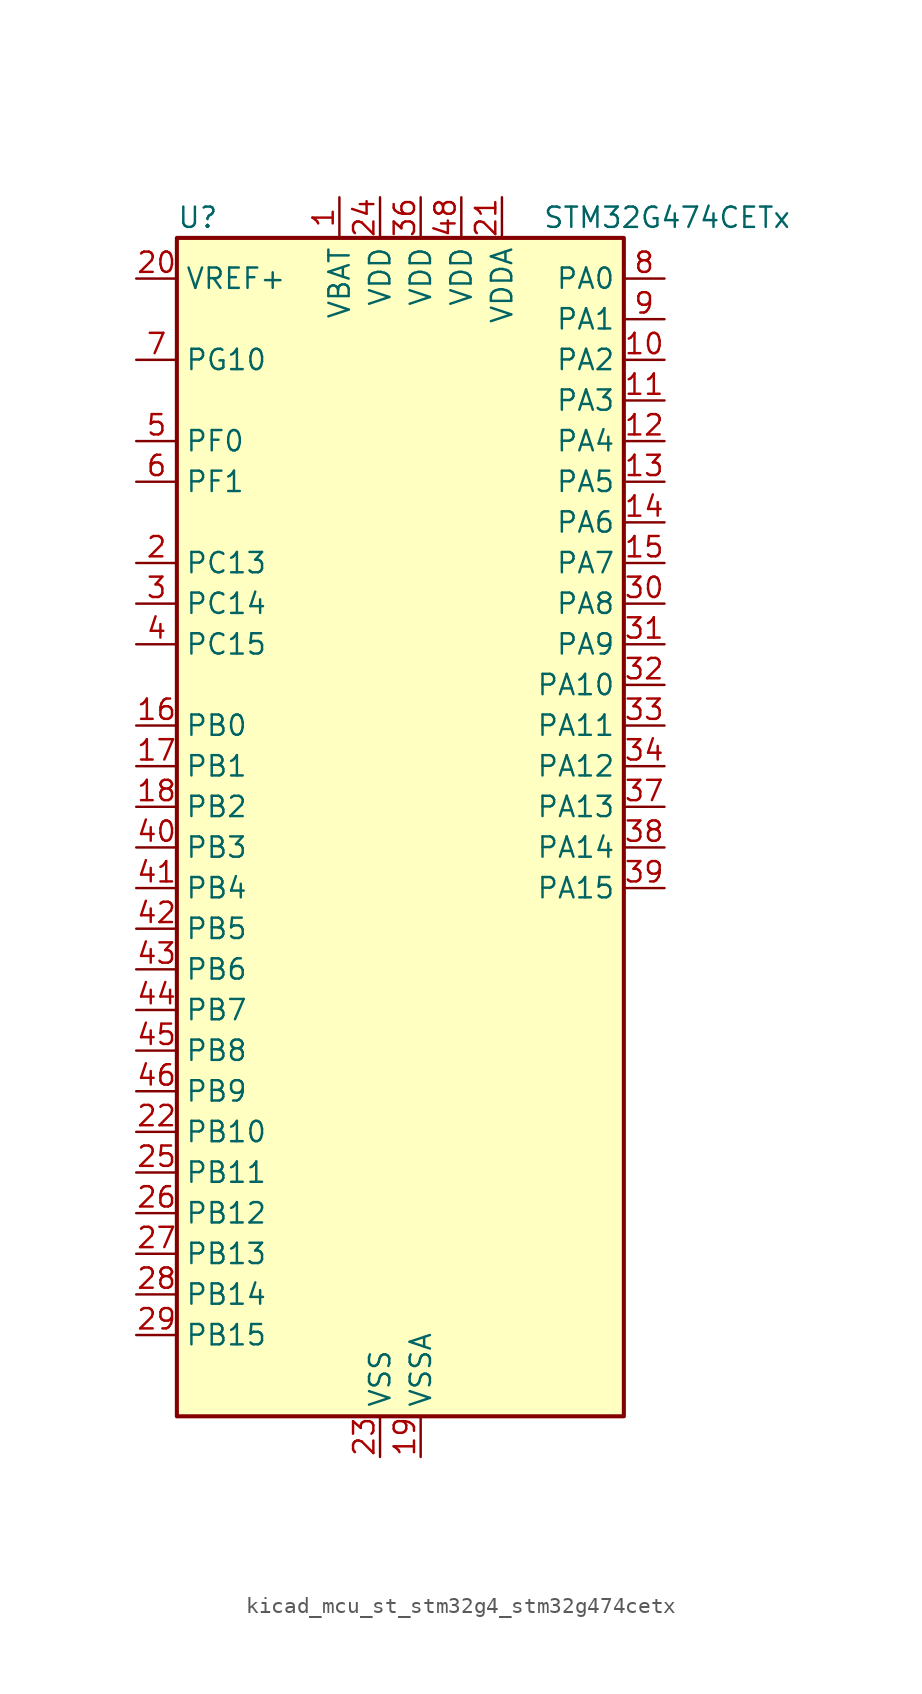
<source format=kicad_sym>
(kicad_symbol_lib
  (version 20220914)
  (generator kicad_symbol_editor)
  (symbol "kicad_mcu_st_stm32g4_stm32g474cetx"
    (property "Reference" "U"
      (at -12.7 39.37 0)
      (effects (font (size 1.27 1.27)) (justify left)))
    (property "Value" "STM32G474CETx"
      (at 10.16 39.37 0)
      (effects (font (size 1.27 1.27)) (justify left)))
    (property "ki_locked" ""
      (at 0 0 0)
      (effects (font (size 1.27 1.27))))
    (symbol "kicad_mcu_st_stm32g4_stm32g474cetx_0_1"
      (rectangle (start -12.7 -35.56) (end 15.24 38.1) (stroke (width 0.254) (type default)) (fill (type background))))
    (symbol "kicad_mcu_st_stm32g4_stm32g474cetx_1_1"
      (pin power_in line (at -2.54 40.64 270) (length 2.54) (name "VBAT" (effects (font (size 1.27 1.27)))) (number "1" (effects (font (size 1.27 1.27)))))
      (pin bidirectional line (at 17.78 30.48 180) (length 2.54) (name "PA2" (effects (font (size 1.27 1.27)))) (number "10" (effects (font (size 1.27 1.27)))) (alternate "ADC1_IN3" bidirectional line) (alternate "ADC3_EXTI2" bidirectional line) (alternate "ADC4_EXTI2" bidirectional line) (alternate "ADC5_EXTI2" bidirectional line) (alternate "COMP2_INM" bidirectional line) (alternate "COMP2_OUT" bidirectional line) (alternate "LPUART1_TX" bidirectional line) (alternate "OPAMP1_VOUT" bidirectional line) (alternate "QUADSPI1_BK1_NCS" bidirectional line) (alternate "RCC_LSCO" bidirectional line) (alternate "SYS_WKUP4" bidirectional line) (alternate "TIM15_CH1" bidirectional line) (alternate "TIM2_CH3" bidirectional line) (alternate "TIM5_CH3" bidirectional line) (alternate "UCPD1_FRSTX1" bidirectional line) (alternate "UCPD1_FRSTX2" bidirectional line) (alternate "USART2_TX" bidirectional line))
      (pin bidirectional line (at 17.78 27.94 180) (length 2.54) (name "PA3" (effects (font (size 1.27 1.27)))) (number "11" (effects (font (size 1.27 1.27)))) (alternate "ADC1_IN4" bidirectional line) (alternate "ADC3_EXTI3" bidirectional line) (alternate "ADC4_EXTI3" bidirectional line) (alternate "ADC5_EXTI3" bidirectional line) (alternate "COMP2_INP" bidirectional line) (alternate "LPUART1_RX" bidirectional line) (alternate "OPAMP1_VINM" bidirectional line) (alternate "OPAMP1_VINM0" bidirectional line) (alternate "OPAMP1_VINM_SEC" bidirectional line) (alternate "OPAMP1_VINP" bidirectional line) (alternate "OPAMP1_VINP_SEC" bidirectional line) (alternate "OPAMP5_VINM" bidirectional line) (alternate "OPAMP5_VINM1" bidirectional line) (alternate "OPAMP5_VINM_SEC" bidirectional line) (alternate "QUADSPI1_CLK" bidirectional line) (alternate "SAI1_CK1" bidirectional line) (alternate "SAI1_MCLK_A" bidirectional line) (alternate "TIM15_CH2" bidirectional line) (alternate "TIM2_CH4" bidirectional line) (alternate "TIM5_CH4" bidirectional line) (alternate "USART2_RX" bidirectional line))
      (pin bidirectional line (at 17.78 25.4 180) (length 2.54) (name "PA4" (effects (font (size 1.27 1.27)))) (number "12" (effects (font (size 1.27 1.27)))) (alternate "ADC2_IN17" bidirectional line) (alternate "COMP1_INM" bidirectional line) (alternate "DAC1_OUT1" bidirectional line) (alternate "I2S3_WS" bidirectional line) (alternate "SAI1_FS_B" bidirectional line) (alternate "SPI1_NSS" bidirectional line) (alternate "SPI3_NSS" bidirectional line) (alternate "TIM3_CH2" bidirectional line) (alternate "USART2_CK" bidirectional line))
      (pin bidirectional line (at 17.78 22.86 180) (length 2.54) (name "PA5" (effects (font (size 1.27 1.27)))) (number "13" (effects (font (size 1.27 1.27)))) (alternate "ADC2_IN13" bidirectional line) (alternate "COMP2_INM" bidirectional line) (alternate "DAC1_OUT2" bidirectional line) (alternate "OPAMP2_VINM" bidirectional line) (alternate "OPAMP2_VINM0" bidirectional line) (alternate "OPAMP2_VINM_SEC" bidirectional line) (alternate "SPI1_SCK" bidirectional line) (alternate "TIM2_CH1" bidirectional line) (alternate "TIM2_ETR" bidirectional line) (alternate "UCPD1_FRSTX1" bidirectional line) (alternate "UCPD1_FRSTX2" bidirectional line))
      (pin bidirectional line (at 17.78 20.32 180) (length 2.54) (name "PA6" (effects (font (size 1.27 1.27)))) (number "14" (effects (font (size 1.27 1.27)))) (alternate "ADC2_IN3" bidirectional line) (alternate "COMP1_OUT" bidirectional line) (alternate "DAC2_OUT1" bidirectional line) (alternate "LPUART1_CTS" bidirectional line) (alternate "OPAMP2_VOUT" bidirectional line) (alternate "QUADSPI1_BK1_IO3" bidirectional line) (alternate "SPI1_MISO" bidirectional line) (alternate "TIM16_CH1" bidirectional line) (alternate "TIM1_BKIN" bidirectional line) (alternate "TIM3_CH1" bidirectional line) (alternate "TIM8_BKIN" bidirectional line))
      (pin bidirectional line (at 17.78 17.78 180) (length 2.54) (name "PA7" (effects (font (size 1.27 1.27)))) (number "15" (effects (font (size 1.27 1.27)))) (alternate "ADC2_IN4" bidirectional line) (alternate "COMP2_INP" bidirectional line) (alternate "COMP2_OUT" bidirectional line) (alternate "OPAMP1_VINP" bidirectional line) (alternate "OPAMP1_VINP_SEC" bidirectional line) (alternate "OPAMP2_VINP" bidirectional line) (alternate "OPAMP2_VINP_SEC" bidirectional line) (alternate "QUADSPI1_BK1_IO2" bidirectional line) (alternate "SPI1_MOSI" bidirectional line) (alternate "TIM17_CH1" bidirectional line) (alternate "TIM1_CH1N" bidirectional line) (alternate "TIM3_CH2" bidirectional line) (alternate "TIM8_CH1N" bidirectional line) (alternate "UCPD1_FRSTX1" bidirectional line) (alternate "UCPD1_FRSTX2" bidirectional line))
      (pin bidirectional line (at -15.24 7.62 0) (length 2.54) (name "PB0" (effects (font (size 1.27 1.27)))) (number "16" (effects (font (size 1.27 1.27)))) (alternate "ADC1_IN15" bidirectional line) (alternate "ADC3_IN12" bidirectional line) (alternate "COMP4_INP" bidirectional line) (alternate "HRTIM1_FLT5" bidirectional line) (alternate "OPAMP2_VINP" bidirectional line) (alternate "OPAMP2_VINP_SEC" bidirectional line) (alternate "OPAMP3_VINP" bidirectional line) (alternate "OPAMP3_VINP_SEC" bidirectional line) (alternate "QUADSPI1_BK1_IO1" bidirectional line) (alternate "TIM1_CH2N" bidirectional line) (alternate "TIM3_CH3" bidirectional line) (alternate "TIM8_CH2N" bidirectional line) (alternate "UCPD1_FRSTX1" bidirectional line) (alternate "UCPD1_FRSTX2" bidirectional line))
      (pin bidirectional line (at -15.24 5.08 0) (length 2.54) (name "PB1" (effects (font (size 1.27 1.27)))) (number "17" (effects (font (size 1.27 1.27)))) (alternate "ADC1_IN12" bidirectional line) (alternate "ADC3_IN1" bidirectional line) (alternate "COMP1_INP" bidirectional line) (alternate "COMP4_OUT" bidirectional line) (alternate "HRTIM1_SCOUT" bidirectional line) (alternate "LPUART1_DE" bidirectional line) (alternate "LPUART1_RTS" bidirectional line) (alternate "OPAMP3_VOUT" bidirectional line) (alternate "OPAMP6_VINM" bidirectional line) (alternate "OPAMP6_VINM1" bidirectional line) (alternate "OPAMP6_VINM_SEC" bidirectional line) (alternate "QUADSPI1_BK1_IO0" bidirectional line) (alternate "TIM1_CH3N" bidirectional line) (alternate "TIM3_CH4" bidirectional line) (alternate "TIM8_CH3N" bidirectional line))
      (pin bidirectional line (at -15.24 2.54 0) (length 2.54) (name "PB2" (effects (font (size 1.27 1.27)))) (number "18" (effects (font (size 1.27 1.27)))) (alternate "ADC2_IN12" bidirectional line) (alternate "ADC3_EXTI2" bidirectional line) (alternate "ADC4_EXTI2" bidirectional line) (alternate "ADC5_EXTI2" bidirectional line) (alternate "COMP4_INM" bidirectional line) (alternate "HRTIM1_SCIN" bidirectional line) (alternate "I2C3_SMBA" bidirectional line) (alternate "LPTIM1_OUT" bidirectional line) (alternate "OPAMP3_VINM" bidirectional line) (alternate "OPAMP3_VINM0" bidirectional line) (alternate "OPAMP3_VINM_SEC" bidirectional line) (alternate "QUADSPI1_BK2_IO1" bidirectional line) (alternate "RTC_OUT2" bidirectional line) (alternate "TIM20_CH1" bidirectional line) (alternate "TIM5_CH1" bidirectional line))
      (pin power_in line (at 2.54 -38.1 90) (length 2.54) (name "VSSA" (effects (font (size 1.27 1.27)))) (number "19" (effects (font (size 1.27 1.27)))))
      (pin bidirectional line (at -15.24 17.78 0) (length 2.54) (name "PC13" (effects (font (size 1.27 1.27)))) (number "2" (effects (font (size 1.27 1.27)))) (alternate "RTC_OUT1" bidirectional line) (alternate "RTC_TAMP1" bidirectional line) (alternate "RTC_TS" bidirectional line) (alternate "SYS_WKUP2" bidirectional line) (alternate "TIM1_BKIN" bidirectional line) (alternate "TIM1_CH1N" bidirectional line) (alternate "TIM8_CH4N" bidirectional line))
      (pin input line (at -15.24 35.56 0) (length 2.54) (name "VREF+" (effects (font (size 1.27 1.27)))) (number "20" (effects (font (size 1.27 1.27)))) (alternate "VREFBUF_OUT" bidirectional line))
      (pin power_in line (at 7.62 40.64 270) (length 2.54) (name "VDDA" (effects (font (size 1.27 1.27)))) (number "21" (effects (font (size 1.27 1.27)))))
      (pin bidirectional line (at -15.24 -17.78 0) (length 2.54) (name "PB10" (effects (font (size 1.27 1.27)))) (number "22" (effects (font (size 1.27 1.27)))) (alternate "COMP5_INM" bidirectional line) (alternate "DAC1_EXTI10" bidirectional line) (alternate "DAC2_EXTI10" bidirectional line) (alternate "DAC3_EXTI10" bidirectional line) (alternate "DAC4_EXTI10" bidirectional line) (alternate "HRTIM1_FLT3" bidirectional line) (alternate "LPUART1_RX" bidirectional line) (alternate "OPAMP3_VINM" bidirectional line) (alternate "OPAMP3_VINM1" bidirectional line) (alternate "OPAMP3_VINM_SEC" bidirectional line) (alternate "OPAMP4_VINM" bidirectional line) (alternate "OPAMP4_VINM0" bidirectional line) (alternate "OPAMP4_VINM_SEC" bidirectional line) (alternate "QUADSPI1_CLK" bidirectional line) (alternate "SAI1_SCK_A" bidirectional line) (alternate "TIM1_BKIN" bidirectional line) (alternate "TIM2_CH3" bidirectional line) (alternate "USART3_TX" bidirectional line))
      (pin power_in line (at 0 -38.1 90) (length 2.54) (name "VSS" (effects (font (size 1.27 1.27)))) (number "23" (effects (font (size 1.27 1.27)))))
      (pin power_in line (at 0 40.64 270) (length 2.54) (name "VDD" (effects (font (size 1.27 1.27)))) (number "24" (effects (font (size 1.27 1.27)))))
      (pin bidirectional line (at -15.24 -20.32 0) (length 2.54) (name "PB11" (effects (font (size 1.27 1.27)))) (number "25" (effects (font (size 1.27 1.27)))) (alternate "ADC1_EXTI11" bidirectional line) (alternate "ADC1_IN14" bidirectional line) (alternate "ADC2_EXTI11" bidirectional line) (alternate "ADC2_IN14" bidirectional line) (alternate "COMP6_INP" bidirectional line) (alternate "HRTIM1_FLT4" bidirectional line) (alternate "LPUART1_TX" bidirectional line) (alternate "OPAMP4_VINP" bidirectional line) (alternate "OPAMP4_VINP_SEC" bidirectional line) (alternate "OPAMP6_VOUT" bidirectional line) (alternate "QUADSPI1_BK1_NCS" bidirectional line) (alternate "TIM2_CH4" bidirectional line) (alternate "USART3_RX" bidirectional line))
      (pin bidirectional line (at -15.24 -22.86 0) (length 2.54) (name "PB12" (effects (font (size 1.27 1.27)))) (number "26" (effects (font (size 1.27 1.27)))) (alternate "ADC1_IN11" bidirectional line) (alternate "ADC4_IN3" bidirectional line) (alternate "COMP7_INM" bidirectional line) (alternate "FDCAN2_RX" bidirectional line) (alternate "HRTIM1_CHC1" bidirectional line) (alternate "I2C2_SMBA" bidirectional line) (alternate "I2S2_WS" bidirectional line) (alternate "LPUART1_DE" bidirectional line) (alternate "LPUART1_RTS" bidirectional line) (alternate "OPAMP4_VOUT" bidirectional line) (alternate "OPAMP6_VINP" bidirectional line) (alternate "OPAMP6_VINP_SEC" bidirectional line) (alternate "SPI2_NSS" bidirectional line) (alternate "TIM1_BKIN" bidirectional line) (alternate "TIM5_ETR" bidirectional line) (alternate "USART3_CK" bidirectional line))
      (pin bidirectional line (at -15.24 -25.4 0) (length 2.54) (name "PB13" (effects (font (size 1.27 1.27)))) (number "27" (effects (font (size 1.27 1.27)))) (alternate "ADC3_IN5" bidirectional line) (alternate "COMP5_INP" bidirectional line) (alternate "FDCAN2_TX" bidirectional line) (alternate "HRTIM1_CHC2" bidirectional line) (alternate "I2S2_CK" bidirectional line) (alternate "LPUART1_CTS" bidirectional line) (alternate "OPAMP3_VINP" bidirectional line) (alternate "OPAMP3_VINP_SEC" bidirectional line) (alternate "OPAMP4_VINP" bidirectional line) (alternate "OPAMP4_VINP_SEC" bidirectional line) (alternate "OPAMP6_VINP" bidirectional line) (alternate "OPAMP6_VINP_SEC" bidirectional line) (alternate "SPI2_SCK" bidirectional line) (alternate "TIM1_CH1N" bidirectional line) (alternate "USART3_CTS" bidirectional line) (alternate "USART3_NSS" bidirectional line))
      (pin bidirectional line (at -15.24 -27.94 0) (length 2.54) (name "PB14" (effects (font (size 1.27 1.27)))) (number "28" (effects (font (size 1.27 1.27)))) (alternate "ADC1_IN5" bidirectional line) (alternate "ADC4_IN4" bidirectional line) (alternate "COMP4_OUT" bidirectional line) (alternate "COMP7_INP" bidirectional line) (alternate "HRTIM1_CHD1" bidirectional line) (alternate "OPAMP2_VINP" bidirectional line) (alternate "OPAMP2_VINP_SEC" bidirectional line) (alternate "OPAMP5_VINP" bidirectional line) (alternate "OPAMP5_VINP_SEC" bidirectional line) (alternate "SPI2_MISO" bidirectional line) (alternate "TIM15_CH1" bidirectional line) (alternate "TIM1_CH2N" bidirectional line) (alternate "USART3_DE" bidirectional line) (alternate "USART3_RTS" bidirectional line))
      (pin bidirectional line (at -15.24 -30.48 0) (length 2.54) (name "PB15" (effects (font (size 1.27 1.27)))) (number "29" (effects (font (size 1.27 1.27)))) (alternate "ADC1_EXTI15" bidirectional line) (alternate "ADC2_EXTI15" bidirectional line) (alternate "ADC2_IN15" bidirectional line) (alternate "ADC4_IN5" bidirectional line) (alternate "COMP3_OUT" bidirectional line) (alternate "COMP6_INM" bidirectional line) (alternate "HRTIM1_CHD2" bidirectional line) (alternate "I2S2_SD" bidirectional line) (alternate "OPAMP5_VINM" bidirectional line) (alternate "OPAMP5_VINM0" bidirectional line) (alternate "OPAMP5_VINM_SEC" bidirectional line) (alternate "RTC_REFIN" bidirectional line) (alternate "SPI2_MOSI" bidirectional line) (alternate "TIM15_CH1N" bidirectional line) (alternate "TIM15_CH2" bidirectional line) (alternate "TIM1_CH3N" bidirectional line))
      (pin bidirectional line (at -15.24 15.24 0) (length 2.54) (name "PC14" (effects (font (size 1.27 1.27)))) (number "3" (effects (font (size 1.27 1.27)))) (alternate "RCC_OSC32_IN" bidirectional line))
      (pin bidirectional line (at 17.78 15.24 180) (length 2.54) (name "PA8" (effects (font (size 1.27 1.27)))) (number "30" (effects (font (size 1.27 1.27)))) (alternate "ADC5_IN1" bidirectional line) (alternate "COMP7_OUT" bidirectional line) (alternate "FDCAN3_RX" bidirectional line) (alternate "HRTIM1_CHA1" bidirectional line) (alternate "I2C2_SDA" bidirectional line) (alternate "I2C3_SCL" bidirectional line) (alternate "I2S2_MCK" bidirectional line) (alternate "OPAMP5_VOUT" bidirectional line) (alternate "RCC_MCO" bidirectional line) (alternate "SAI1_CK2" bidirectional line) (alternate "SAI1_SCK_A" bidirectional line) (alternate "TIM1_CH1" bidirectional line) (alternate "TIM4_ETR" bidirectional line) (alternate "USART1_CK" bidirectional line))
      (pin bidirectional line (at 17.78 12.7 180) (length 2.54) (name "PA9" (effects (font (size 1.27 1.27)))) (number "31" (effects (font (size 1.27 1.27)))) (alternate "ADC5_IN2" bidirectional line) (alternate "COMP5_OUT" bidirectional line) (alternate "DAC1_EXTI9" bidirectional line) (alternate "DAC2_EXTI9" bidirectional line) (alternate "DAC3_EXTI9" bidirectional line) (alternate "DAC4_EXTI9" bidirectional line) (alternate "HRTIM1_CHA2" bidirectional line) (alternate "I2C2_SCL" bidirectional line) (alternate "I2C3_SMBA" bidirectional line) (alternate "I2S3_MCK" bidirectional line) (alternate "SAI1_FS_A" bidirectional line) (alternate "TIM15_BKIN" bidirectional line) (alternate "TIM1_CH2" bidirectional line) (alternate "TIM2_CH3" bidirectional line) (alternate "UCPD1_DBCC1" bidirectional line) (alternate "USART1_TX" bidirectional line))
      (pin bidirectional line (at 17.78 10.16 180) (length 2.54) (name "PA10" (effects (font (size 1.27 1.27)))) (number "32" (effects (font (size 1.27 1.27)))) (alternate "COMP6_OUT" bidirectional line) (alternate "CRS_SYNC" bidirectional line) (alternate "DAC1_EXTI10" bidirectional line) (alternate "DAC2_EXTI10" bidirectional line) (alternate "DAC3_EXTI10" bidirectional line) (alternate "DAC4_EXTI10" bidirectional line) (alternate "HRTIM1_CHB1" bidirectional line) (alternate "I2C2_SMBA" bidirectional line) (alternate "SAI1_D1" bidirectional line) (alternate "SAI1_SD_A" bidirectional line) (alternate "SPI2_MISO" bidirectional line) (alternate "TIM17_BKIN" bidirectional line) (alternate "TIM1_CH3" bidirectional line) (alternate "TIM2_CH4" bidirectional line) (alternate "TIM8_BKIN" bidirectional line) (alternate "UCPD1_DBCC2" bidirectional line) (alternate "USART1_RX" bidirectional line))
      (pin bidirectional line (at 17.78 7.62 180) (length 2.54) (name "PA11" (effects (font (size 1.27 1.27)))) (number "33" (effects (font (size 1.27 1.27)))) (alternate "ADC1_EXTI11" bidirectional line) (alternate "ADC2_EXTI11" bidirectional line) (alternate "COMP1_OUT" bidirectional line) (alternate "FDCAN1_RX" bidirectional line) (alternate "HRTIM1_CHB2" bidirectional line) (alternate "I2S2_SD" bidirectional line) (alternate "SPI2_MOSI" bidirectional line) (alternate "TIM1_BKIN2" bidirectional line) (alternate "TIM1_CH1N" bidirectional line) (alternate "TIM1_CH4" bidirectional line) (alternate "TIM4_CH1" bidirectional line) (alternate "USART1_CTS" bidirectional line) (alternate "USART1_NSS" bidirectional line) (alternate "USB_DM" bidirectional line))
      (pin bidirectional line (at 17.78 5.08 180) (length 2.54) (name "PA12" (effects (font (size 1.27 1.27)))) (number "34" (effects (font (size 1.27 1.27)))) (alternate "COMP2_OUT" bidirectional line) (alternate "FDCAN1_TX" bidirectional line) (alternate "HRTIM1_FLT1" bidirectional line) (alternate "I2S_CKIN" bidirectional line) (alternate "TIM16_CH1" bidirectional line) (alternate "TIM1_CH2N" bidirectional line) (alternate "TIM1_ETR" bidirectional line) (alternate "TIM4_CH2" bidirectional line) (alternate "USART1_DE" bidirectional line) (alternate "USART1_RTS" bidirectional line) (alternate "USB_DP" bidirectional line))
      (pin passive line (at 0 -38.1 90) (length 2.54) hide (name "VSS" (effects (font (size 1.27 1.27)))) (number "35" (effects (font (size 1.27 1.27)))))
      (pin power_in line (at 2.54 40.64 270) (length 2.54) (name "VDD" (effects (font (size 1.27 1.27)))) (number "36" (effects (font (size 1.27 1.27)))))
      (pin bidirectional line (at 17.78 2.54 180) (length 2.54) (name "PA13" (effects (font (size 1.27 1.27)))) (number "37" (effects (font (size 1.27 1.27)))) (alternate "I2C1_SCL" bidirectional line) (alternate "I2C4_SCL" bidirectional line) (alternate "IR_OUT" bidirectional line) (alternate "SAI1_SD_B" bidirectional line) (alternate "SYS_JTMS-SWDIO" bidirectional line) (alternate "TIM16_CH1N" bidirectional line) (alternate "TIM4_CH3" bidirectional line) (alternate "USART3_CTS" bidirectional line) (alternate "USART3_NSS" bidirectional line))
      (pin bidirectional line (at 17.78 0 180) (length 2.54) (name "PA14" (effects (font (size 1.27 1.27)))) (number "38" (effects (font (size 1.27 1.27)))) (alternate "I2C1_SDA" bidirectional line) (alternate "I2C4_SMBA" bidirectional line) (alternate "LPTIM1_OUT" bidirectional line) (alternate "SAI1_FS_B" bidirectional line) (alternate "SYS_JTCK-SWCLK" bidirectional line) (alternate "TIM1_BKIN" bidirectional line) (alternate "TIM8_CH2" bidirectional line) (alternate "USART2_TX" bidirectional line))
      (pin bidirectional line (at 17.78 -2.54 180) (length 2.54) (name "PA15" (effects (font (size 1.27 1.27)))) (number "39" (effects (font (size 1.27 1.27)))) (alternate "ADC1_EXTI15" bidirectional line) (alternate "ADC2_EXTI15" bidirectional line) (alternate "FDCAN3_TX" bidirectional line) (alternate "HRTIM1_FLT2" bidirectional line) (alternate "I2C1_SCL" bidirectional line) (alternate "I2S3_WS" bidirectional line) (alternate "SPI1_NSS" bidirectional line) (alternate "SPI3_NSS" bidirectional line) (alternate "SYS_JTDI" bidirectional line) (alternate "TIM1_BKIN" bidirectional line) (alternate "TIM2_CH1" bidirectional line) (alternate "TIM2_ETR" bidirectional line) (alternate "TIM8_CH1" bidirectional line) (alternate "USART2_RX" bidirectional line))
      (pin bidirectional line (at -15.24 12.7 0) (length 2.54) (name "PC15" (effects (font (size 1.27 1.27)))) (number "4" (effects (font (size 1.27 1.27)))) (alternate "ADC1_EXTI15" bidirectional line) (alternate "ADC2_EXTI15" bidirectional line) (alternate "RCC_OSC32_OUT" bidirectional line))
      (pin bidirectional line (at -15.24 0 0) (length 2.54) (name "PB3" (effects (font (size 1.27 1.27)))) (number "40" (effects (font (size 1.27 1.27)))) (alternate "ADC3_EXTI3" bidirectional line) (alternate "ADC4_EXTI3" bidirectional line) (alternate "ADC5_EXTI3" bidirectional line) (alternate "CRS_SYNC" bidirectional line) (alternate "FDCAN3_RX" bidirectional line) (alternate "HRTIM1_EEV9" bidirectional line) (alternate "HRTIM1_SCOUT" bidirectional line) (alternate "I2S3_CK" bidirectional line) (alternate "SAI1_SCK_B" bidirectional line) (alternate "SPI1_SCK" bidirectional line) (alternate "SPI3_SCK" bidirectional line) (alternate "SYS_JTDO-SWO" bidirectional line) (alternate "TIM2_CH2" bidirectional line) (alternate "TIM3_ETR" bidirectional line) (alternate "TIM4_ETR" bidirectional line) (alternate "TIM8_CH1N" bidirectional line) (alternate "USART2_TX" bidirectional line))
      (pin bidirectional line (at -15.24 -2.54 0) (length 2.54) (name "PB4" (effects (font (size 1.27 1.27)))) (number "41" (effects (font (size 1.27 1.27)))) (alternate "FDCAN3_TX" bidirectional line) (alternate "HRTIM1_EEV7" bidirectional line) (alternate "SAI1_MCLK_B" bidirectional line) (alternate "SPI1_MISO" bidirectional line) (alternate "SPI3_MISO" bidirectional line) (alternate "SYS_JTRST" bidirectional line) (alternate "TIM16_CH1" bidirectional line) (alternate "TIM17_BKIN" bidirectional line) (alternate "TIM3_CH1" bidirectional line) (alternate "TIM8_CH2N" bidirectional line) (alternate "UCPD1_CC2" bidirectional line) (alternate "USART2_RX" bidirectional line))
      (pin bidirectional line (at -15.24 -5.08 0) (length 2.54) (name "PB5" (effects (font (size 1.27 1.27)))) (number "42" (effects (font (size 1.27 1.27)))) (alternate "FDCAN2_RX" bidirectional line) (alternate "HRTIM1_EEV6" bidirectional line) (alternate "I2C1_SMBA" bidirectional line) (alternate "I2C3_SDA" bidirectional line) (alternate "I2S3_SD" bidirectional line) (alternate "LPTIM1_IN1" bidirectional line) (alternate "SAI1_SD_B" bidirectional line) (alternate "SPI1_MOSI" bidirectional line) (alternate "SPI3_MOSI" bidirectional line) (alternate "TIM16_BKIN" bidirectional line) (alternate "TIM17_CH1" bidirectional line) (alternate "TIM3_CH2" bidirectional line) (alternate "TIM8_CH3N" bidirectional line) (alternate "USART2_CK" bidirectional line))
      (pin bidirectional line (at -15.24 -7.62 0) (length 2.54) (name "PB6" (effects (font (size 1.27 1.27)))) (number "43" (effects (font (size 1.27 1.27)))) (alternate "COMP4_OUT" bidirectional line) (alternate "FDCAN2_TX" bidirectional line) (alternate "HRTIM1_EEV4" bidirectional line) (alternate "HRTIM1_SCIN" bidirectional line) (alternate "LPTIM1_ETR" bidirectional line) (alternate "SAI1_FS_B" bidirectional line) (alternate "TIM16_CH1N" bidirectional line) (alternate "TIM4_CH1" bidirectional line) (alternate "TIM8_BKIN2" bidirectional line) (alternate "TIM8_CH1" bidirectional line) (alternate "TIM8_ETR" bidirectional line) (alternate "UCPD1_CC1" bidirectional line) (alternate "USART1_TX" bidirectional line))
      (pin bidirectional line (at -15.24 -10.16 0) (length 2.54) (name "PB7" (effects (font (size 1.27 1.27)))) (number "44" (effects (font (size 1.27 1.27)))) (alternate "COMP3_OUT" bidirectional line) (alternate "HRTIM1_EEV3" bidirectional line) (alternate "I2C1_SDA" bidirectional line) (alternate "I2C4_SDA" bidirectional line) (alternate "LPTIM1_IN2" bidirectional line) (alternate "SYS_PVD_IN" bidirectional line) (alternate "TIM17_CH1N" bidirectional line) (alternate "TIM3_CH4" bidirectional line) (alternate "TIM4_CH2" bidirectional line) (alternate "TIM8_BKIN" bidirectional line) (alternate "USART1_RX" bidirectional line))
      (pin bidirectional line (at -15.24 -12.7 0) (length 2.54) (name "PB8" (effects (font (size 1.27 1.27)))) (number "45" (effects (font (size 1.27 1.27)))) (alternate "COMP1_OUT" bidirectional line) (alternate "FDCAN1_RX" bidirectional line) (alternate "HRTIM1_EEV8" bidirectional line) (alternate "I2C1_SCL" bidirectional line) (alternate "SAI1_CK1" bidirectional line) (alternate "SAI1_MCLK_A" bidirectional line) (alternate "TIM16_CH1" bidirectional line) (alternate "TIM1_BKIN" bidirectional line) (alternate "TIM4_CH3" bidirectional line) (alternate "TIM8_CH2" bidirectional line) (alternate "USART3_RX" bidirectional line))
      (pin bidirectional line (at -15.24 -15.24 0) (length 2.54) (name "PB9" (effects (font (size 1.27 1.27)))) (number "46" (effects (font (size 1.27 1.27)))) (alternate "COMP2_OUT" bidirectional line) (alternate "DAC1_EXTI9" bidirectional line) (alternate "DAC2_EXTI9" bidirectional line) (alternate "DAC3_EXTI9" bidirectional line) (alternate "DAC4_EXTI9" bidirectional line) (alternate "FDCAN1_TX" bidirectional line) (alternate "HRTIM1_EEV5" bidirectional line) (alternate "I2C1_SDA" bidirectional line) (alternate "IR_OUT" bidirectional line) (alternate "SAI1_D2" bidirectional line) (alternate "SAI1_FS_A" bidirectional line) (alternate "TIM17_CH1" bidirectional line) (alternate "TIM1_CH3N" bidirectional line) (alternate "TIM4_CH4" bidirectional line) (alternate "TIM8_CH3" bidirectional line) (alternate "USART3_TX" bidirectional line))
      (pin passive line (at 0 -38.1 90) (length 2.54) hide (name "VSS" (effects (font (size 1.27 1.27)))) (number "47" (effects (font (size 1.27 1.27)))))
      (pin power_in line (at 5.08 40.64 270) (length 2.54) (name "VDD" (effects (font (size 1.27 1.27)))) (number "48" (effects (font (size 1.27 1.27)))))
      (pin bidirectional line (at -15.24 25.4 0) (length 2.54) (name "PF0" (effects (font (size 1.27 1.27)))) (number "5" (effects (font (size 1.27 1.27)))) (alternate "ADC1_IN10" bidirectional line) (alternate "I2C2_SDA" bidirectional line) (alternate "I2S2_WS" bidirectional line) (alternate "RCC_OSC_IN" bidirectional line) (alternate "SPI2_NSS" bidirectional line) (alternate "TIM1_CH3N" bidirectional line))
      (pin bidirectional line (at -15.24 22.86 0) (length 2.54) (name "PF1" (effects (font (size 1.27 1.27)))) (number "6" (effects (font (size 1.27 1.27)))) (alternate "ADC2_IN10" bidirectional line) (alternate "COMP3_INM" bidirectional line) (alternate "I2S2_CK" bidirectional line) (alternate "RCC_OSC_OUT" bidirectional line) (alternate "SPI2_SCK" bidirectional line))
      (pin bidirectional line (at -15.24 30.48 0) (length 2.54) (name "PG10" (effects (font (size 1.27 1.27)))) (number "7" (effects (font (size 1.27 1.27)))) (alternate "DAC1_EXTI10" bidirectional line) (alternate "DAC2_EXTI10" bidirectional line) (alternate "DAC3_EXTI10" bidirectional line) (alternate "DAC4_EXTI10" bidirectional line) (alternate "RCC_MCO" bidirectional line))
      (pin bidirectional line (at 17.78 35.56 180) (length 2.54) (name "PA0" (effects (font (size 1.27 1.27)))) (number "8" (effects (font (size 1.27 1.27)))) (alternate "ADC1_IN1" bidirectional line) (alternate "ADC2_IN1" bidirectional line) (alternate "COMP1_INM" bidirectional line) (alternate "COMP1_OUT" bidirectional line) (alternate "COMP3_INP" bidirectional line) (alternate "RTC_TAMP2" bidirectional line) (alternate "SYS_WKUP1" bidirectional line) (alternate "TIM2_CH1" bidirectional line) (alternate "TIM2_ETR" bidirectional line) (alternate "TIM5_CH1" bidirectional line) (alternate "TIM8_BKIN" bidirectional line) (alternate "TIM8_ETR" bidirectional line) (alternate "USART2_CTS" bidirectional line) (alternate "USART2_NSS" bidirectional line))
      (pin bidirectional line (at 17.78 33.02 180) (length 2.54) (name "PA1" (effects (font (size 1.27 1.27)))) (number "9" (effects (font (size 1.27 1.27)))) (alternate "ADC1_IN2" bidirectional line) (alternate "ADC2_IN2" bidirectional line) (alternate "COMP1_INP" bidirectional line) (alternate "OPAMP1_VINP" bidirectional line) (alternate "OPAMP1_VINP_SEC" bidirectional line) (alternate "OPAMP3_VINP" bidirectional line) (alternate "OPAMP3_VINP_SEC" bidirectional line) (alternate "OPAMP6_VINM" bidirectional line) (alternate "OPAMP6_VINM0" bidirectional line) (alternate "OPAMP6_VINM_SEC" bidirectional line) (alternate "RTC_REFIN" bidirectional line) (alternate "TIM15_CH1N" bidirectional line) (alternate "TIM2_CH2" bidirectional line) (alternate "TIM5_CH2" bidirectional line) (alternate "USART2_DE" bidirectional line) (alternate "USART2_RTS" bidirectional line)))))
</source>
